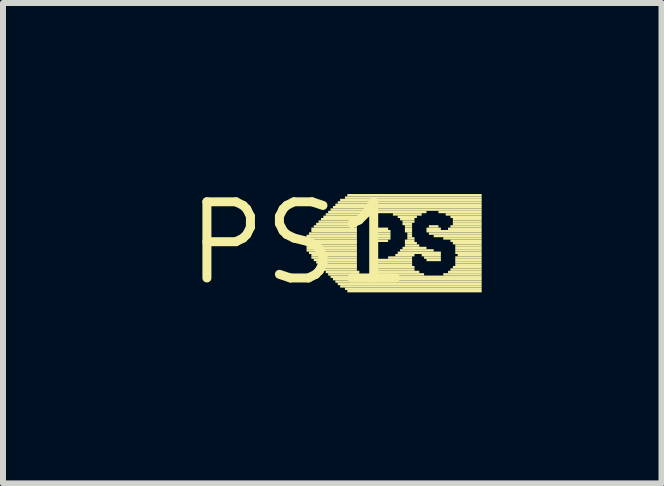
<source format=kicad_pcb>
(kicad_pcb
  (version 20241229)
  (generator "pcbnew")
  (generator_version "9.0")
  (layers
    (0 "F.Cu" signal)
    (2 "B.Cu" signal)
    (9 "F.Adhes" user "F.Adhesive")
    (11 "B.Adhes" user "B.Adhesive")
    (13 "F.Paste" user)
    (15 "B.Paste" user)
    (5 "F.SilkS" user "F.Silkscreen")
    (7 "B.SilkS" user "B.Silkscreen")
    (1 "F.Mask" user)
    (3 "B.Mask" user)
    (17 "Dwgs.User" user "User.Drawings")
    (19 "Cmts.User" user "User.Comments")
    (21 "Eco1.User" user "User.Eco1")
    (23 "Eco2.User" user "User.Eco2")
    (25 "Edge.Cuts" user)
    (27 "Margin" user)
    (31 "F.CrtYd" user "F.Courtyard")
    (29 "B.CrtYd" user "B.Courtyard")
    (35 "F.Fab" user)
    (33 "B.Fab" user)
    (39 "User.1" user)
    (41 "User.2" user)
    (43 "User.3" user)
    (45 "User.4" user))
  (footprint "PS1"
    (layer "F.Cu")
    (at 1.943 1.006)
    (property "Reference" "PS1" (at 0 0 0) (layer "F.SilkS") (effects (font (size 1.27 1.27) (thickness 0.15))))
    (fp_poly (pts (xy 0.12 -0.1) (xy 0.96 -0.1) (xy 0.96 -0.14) (xy 0.12 -0.14)) (stroke (width 0) (type solid)) (fill yes) (layer "F.SilkS"))
    (fp_poly (pts (xy 0.12 -0.06) (xy 0.96 -0.06) (xy 0.96 -0.1) (xy 0.12 -0.1)) (stroke (width 0) (type solid)) (fill yes) (layer "F.SilkS"))
    (fp_poly (pts (xy 0.12 -0.02) (xy 0.96 -0.02) (xy 0.96 -0.06) (xy 0.12 -0.06)) (stroke (width 0) (type solid)) (fill yes) (layer "F.SilkS"))
    (fp_poly (pts (xy 0.12 0.02) (xy 0.96 0.02) (xy 0.96 -0.02) (xy 0.12 -0.02)) (stroke (width 0) (type solid)) (fill yes) (layer "F.SilkS"))
    (fp_poly (pts (xy 0.12 0.06) (xy 0.96 0.06) (xy 0.96 0.02) (xy 0.12 0.02)) (stroke (width 0) (type solid)) (fill yes) (layer "F.SilkS"))
    (fp_poly (pts (xy 0.12 0.1) (xy 0.96 0.1) (xy 0.96 0.06) (xy 0.12 0.06)) (stroke (width 0) (type solid)) (fill yes) (layer "F.SilkS"))
    (fp_poly (pts (xy 0.12 0.14) (xy 0.96 0.14) (xy 0.96 0.1) (xy 0.12 0.1)) (stroke (width 0) (type solid)) (fill yes) (layer "F.SilkS"))
    (fp_poly (pts (xy 0.16 -0.14) (xy 0.96 -0.14) (xy 0.96 -0.18) (xy 0.16 -0.18)) (stroke (width 0) (type solid)) (fill yes) (layer "F.SilkS"))
    (fp_poly (pts (xy 0.16 0.18) (xy 0.96 0.18) (xy 0.96 0.14) (xy 0.16 0.14)) (stroke (width 0) (type solid)) (fill yes) (layer "F.SilkS"))
    (fp_poly (pts (xy 0.2 -0.22) (xy 0.96 -0.22) (xy 0.96 -0.26) (xy 0.2 -0.26)) (stroke (width 0) (type solid)) (fill yes) (layer "F.SilkS"))
    (fp_poly (pts (xy 0.2 -0.18) (xy 0.96 -0.18) (xy 0.96 -0.22) (xy 0.2 -0.22)) (stroke (width 0) (type solid)) (fill yes) (layer "F.SilkS"))
    (fp_poly (pts (xy 0.2 0.22) (xy 0.96 0.22) (xy 0.96 0.18) (xy 0.2 0.18)) (stroke (width 0) (type solid)) (fill yes) (layer "F.SilkS"))
    (fp_poly (pts (xy 0.2 0.26) (xy 0.96 0.26) (xy 0.96 0.22) (xy 0.2 0.22)) (stroke (width 0) (type solid)) (fill yes) (layer "F.SilkS"))
    (fp_poly (pts (xy 0.24 -0.26) (xy 0.96 -0.26) (xy 0.96 -0.3) (xy 0.24 -0.3)) (stroke (width 0) (type solid)) (fill yes) (layer "F.SilkS"))
    (fp_poly (pts (xy 0.24 0.3) (xy 0.96 0.3) (xy 0.96 0.26) (xy 0.24 0.26)) (stroke (width 0) (type solid)) (fill yes) (layer "F.SilkS"))
    (fp_poly (pts (xy 0.28 -0.3) (xy 0.96 -0.3) (xy 0.96 -0.34) (xy 0.28 -0.34)) (stroke (width 0) (type solid)) (fill yes) (layer "F.SilkS"))
    (fp_poly (pts (xy 0.28 0.34) (xy 0.96 0.34) (xy 0.96 0.3) (xy 0.28 0.3)) (stroke (width 0) (type solid)) (fill yes) (layer "F.SilkS"))
    (fp_poly (pts (xy 0.32 -0.34) (xy 0.96 -0.34) (xy 0.96 -0.38) (xy 0.32 -0.38)) (stroke (width 0) (type solid)) (fill yes) (layer "F.SilkS"))
    (fp_poly (pts (xy 0.32 0.38) (xy 0.96 0.38) (xy 0.96 0.34) (xy 0.32 0.34)) (stroke (width 0) (type solid)) (fill yes) (layer "F.SilkS"))
    (fp_poly (pts (xy 0.36 -0.38) (xy 0.96 -0.38) (xy 0.96 -0.42) (xy 0.36 -0.42)) (stroke (width 0) (type solid)) (fill yes) (layer "F.SilkS"))
    (fp_poly (pts (xy 0.36 0.42) (xy 0.96 0.42) (xy 0.96 0.38) (xy 0.36 0.38)) (stroke (width 0) (type solid)) (fill yes) (layer "F.SilkS"))
    (fp_poly (pts (xy 0.4 -0.42) (xy 0.96 -0.42) (xy 0.96 -0.46) (xy 0.4 -0.46)) (stroke (width 0) (type solid)) (fill yes) (layer "F.SilkS"))
    (fp_poly (pts (xy 0.4 0.46) (xy 0.96 0.46) (xy 0.96 0.42) (xy 0.4 0.42)) (stroke (width 0) (type solid)) (fill yes) (layer "F.SilkS"))
    (fp_poly (pts (xy 0.44 -0.46) (xy 1 -0.46) (xy 1 -0.5) (xy 0.44 -0.5)) (stroke (width 0) (type solid)) (fill yes) (layer "F.SilkS"))
    (fp_poly (pts (xy 0.44 0.5) (xy 1 0.5) (xy 1 0.46) (xy 0.44 0.46)) (stroke (width 0) (type solid)) (fill yes) (layer "F.SilkS"))
    (fp_poly (pts (xy 0.48 -0.5) (xy 2.12 -0.5) (xy 2.12 -0.54) (xy 0.48 -0.54)) (stroke (width 0) (type solid)) (fill yes) (layer "F.SilkS"))
    (fp_poly (pts (xy 0.48 0.54) (xy 1 0.54) (xy 1 0.5) (xy 0.48 0.5)) (stroke (width 0) (type solid)) (fill yes) (layer "F.SilkS"))
    (fp_poly (pts (xy 0.52 -0.54) (xy 3.04 -0.54) (xy 3.04 -0.58) (xy 0.52 -0.58)) (stroke (width 0) (type solid)) (fill yes) (layer "F.SilkS"))
    (fp_poly (pts (xy 0.52 0.58) (xy 3.04 0.58) (xy 3.04 0.54) (xy 0.52 0.54)) (stroke (width 0) (type solid)) (fill yes) (layer "F.SilkS"))
    (fp_poly (pts (xy 0.56 -0.58) (xy 3.04 -0.58) (xy 3.04 -0.62) (xy 0.56 -0.62)) (stroke (width 0) (type solid)) (fill yes) (layer "F.SilkS"))
    (fp_poly (pts (xy 0.56 0.62) (xy 3.04 0.62) (xy 3.04 0.58) (xy 0.56 0.58)) (stroke (width 0) (type solid)) (fill yes) (layer "F.SilkS"))
    (fp_poly (pts (xy 0.6 -0.62) (xy 3.04 -0.62) (xy 3.04 -0.66) (xy 0.6 -0.66)) (stroke (width 0) (type solid)) (fill yes) (layer "F.SilkS"))
    (fp_poly (pts (xy 0.6 0.66) (xy 3.04 0.66) (xy 3.04 0.62) (xy 0.6 0.62)) (stroke (width 0) (type solid)) (fill yes) (layer "F.SilkS"))
    (fp_poly (pts (xy 0.64 -0.66) (xy 3.04 -0.66) (xy 3.04 -0.7) (xy 0.64 -0.7)) (stroke (width 0) (type solid)) (fill yes) (layer "F.SilkS"))
    (fp_poly (pts (xy 0.64 0.7) (xy 3.04 0.7) (xy 3.04 0.66) (xy 0.64 0.66)) (stroke (width 0) (type solid)) (fill yes) (layer "F.SilkS"))
    (fp_poly (pts (xy 0.68 -0.7) (xy 3.04 -0.7) (xy 3.04 -0.74) (xy 0.68 -0.74)) (stroke (width 0) (type solid)) (fill yes) (layer "F.SilkS"))
    (fp_poly (pts (xy 0.68 0.74) (xy 3.04 0.74) (xy 3.04 0.7) (xy 0.68 0.7)) (stroke (width 0) (type solid)) (fill yes) (layer "F.SilkS"))
    (fp_poly (pts (xy 0.76 -0.74) (xy 3.04 -0.74) (xy 3.04 -0.78) (xy 0.76 -0.78)) (stroke (width 0) (type solid)) (fill yes) (layer "F.SilkS"))
    (fp_poly (pts (xy 0.76 0.78) (xy 3.04 0.78) (xy 3.04 0.74) (xy 0.76 0.74)) (stroke (width 0) (type solid)) (fill yes) (layer "F.SilkS"))
    (fp_poly (pts (xy 0.8 -0.78) (xy 3.04 -0.78) (xy 3.04 -0.82) (xy 0.8 -0.82)) (stroke (width 0) (type solid)) (fill yes) (layer "F.SilkS"))
    (fp_poly (pts (xy 0.8 0.82) (xy 3.04 0.82) (xy 3.04 0.78) (xy 0.8 0.78)) (stroke (width 0) (type solid)) (fill yes) (layer "F.SilkS"))
    (fp_poly (pts (xy 1.2 0.5) (xy 2 0.5) (xy 2 0.46) (xy 1.2 0.46)) (stroke (width 0) (type solid)) (fill yes) (layer "F.SilkS"))
    (fp_poly (pts (xy 1.2 0.54) (xy 2.08 0.54) (xy 2.08 0.5) (xy 1.2 0.5)) (stroke (width 0) (type solid)) (fill yes) (layer "F.SilkS"))
    (fp_poly (pts (xy 1.24 -0.22) (xy 1.48 -0.22) (xy 1.48 -0.26) (xy 1.24 -0.26)) (stroke (width 0) (type solid)) (fill yes) (layer "F.SilkS"))
    (fp_poly (pts (xy 1.24 -0.18) (xy 1.52 -0.18) (xy 1.52 -0.22) (xy 1.24 -0.22)) (stroke (width 0) (type solid)) (fill yes) (layer "F.SilkS"))
    (fp_poly (pts (xy 1.24 -0.14) (xy 1.52 -0.14) (xy 1.52 -0.18) (xy 1.24 -0.18)) (stroke (width 0) (type solid)) (fill yes) (layer "F.SilkS"))
    (fp_poly (pts (xy 1.24 -0.1) (xy 1.52 -0.1) (xy 1.52 -0.14) (xy 1.24 -0.14)) (stroke (width 0) (type solid)) (fill yes) (layer "F.SilkS"))
    (fp_poly (pts (xy 1.24 -0.06) (xy 1.52 -0.06) (xy 1.52 -0.1) (xy 1.24 -0.1)) (stroke (width 0) (type solid)) (fill yes) (layer "F.SilkS"))
    (fp_poly (pts (xy 1.24 -0.02) (xy 1.48 -0.02) (xy 1.48 -0.06) (xy 1.24 -0.06)) (stroke (width 0) (type solid)) (fill yes) (layer "F.SilkS"))
    (fp_poly (pts (xy 1.24 0.3) (xy 1.88 0.3) (xy 1.88 0.26) (xy 1.24 0.26)) (stroke (width 0) (type solid)) (fill yes) (layer "F.SilkS"))
    (fp_poly (pts (xy 1.24 0.34) (xy 1.88 0.34) (xy 1.88 0.3) (xy 1.24 0.3)) (stroke (width 0) (type solid)) (fill yes) (layer "F.SilkS"))
    (fp_poly (pts (xy 1.24 0.38) (xy 1.88 0.38) (xy 1.88 0.34) (xy 1.24 0.34)) (stroke (width 0) (type solid)) (fill yes) (layer "F.SilkS"))
    (fp_poly (pts (xy 1.24 0.42) (xy 1.92 0.42) (xy 1.92 0.38) (xy 1.24 0.38)) (stroke (width 0) (type solid)) (fill yes) (layer "F.SilkS"))
    (fp_poly (pts (xy 1.24 0.46) (xy 1.92 0.46) (xy 1.92 0.42) (xy 1.24 0.42)) (stroke (width 0) (type solid)) (fill yes) (layer "F.SilkS"))
    (fp_poly (pts (xy 1.48 0.26) (xy 1.88 0.26) (xy 1.88 0.22) (xy 1.48 0.22)) (stroke (width 0) (type solid)) (fill yes) (layer "F.SilkS"))
    (fp_poly (pts (xy 1.56 -0.46) (xy 2.04 -0.46) (xy 2.04 -0.5) (xy 1.56 -0.5)) (stroke (width 0) (type solid)) (fill yes) (layer "F.SilkS"))
    (fp_poly (pts (xy 1.6 0.22) (xy 1.92 0.22) (xy 1.92 0.18) (xy 1.6 0.18)) (stroke (width 0) (type solid)) (fill yes) (layer "F.SilkS"))
    (fp_poly (pts (xy 1.64 -0.42) (xy 1.96 -0.42) (xy 1.96 -0.46) (xy 1.64 -0.46)) (stroke (width 0) (type solid)) (fill yes) (layer "F.SilkS"))
    (fp_poly (pts (xy 1.64 0.18) (xy 2.36 0.18) (xy 2.36 0.14) (xy 1.64 0.14)) (stroke (width 0) (type solid)) (fill yes) (layer "F.SilkS"))
    (fp_poly (pts (xy 1.68 -0.38) (xy 1.92 -0.38) (xy 1.92 -0.42) (xy 1.68 -0.42)) (stroke (width 0) (type solid)) (fill yes) (layer "F.SilkS"))
    (fp_poly (pts (xy 1.68 0.14) (xy 2.24 0.14) (xy 2.24 0.1) (xy 1.68 0.1)) (stroke (width 0) (type solid)) (fill yes) (layer "F.SilkS"))
    (fp_poly (pts (xy 1.72 -0.34) (xy 1.92 -0.34) (xy 1.92 -0.38) (xy 1.72 -0.38)) (stroke (width 0) (type solid)) (fill yes) (layer "F.SilkS"))
    (fp_poly (pts (xy 1.72 -0.3) (xy 1.88 -0.3) (xy 1.88 -0.34) (xy 1.72 -0.34)) (stroke (width 0) (type solid)) (fill yes) (layer "F.SilkS"))
    (fp_poly (pts (xy 1.72 0.1) (xy 2.12 0.1) (xy 2.12 0.06) (xy 1.72 0.06)) (stroke (width 0) (type solid)) (fill yes) (layer "F.SilkS"))
    (fp_poly (pts (xy 1.76 -0.26) (xy 1.88 -0.26) (xy 1.88 -0.3) (xy 1.76 -0.3)) (stroke (width 0) (type solid)) (fill yes) (layer "F.SilkS"))
    (fp_poly (pts (xy 1.76 -0.22) (xy 1.88 -0.22) (xy 1.88 -0.26) (xy 1.76 -0.26)) (stroke (width 0) (type solid)) (fill yes) (layer "F.SilkS"))
    (fp_poly (pts (xy 1.76 -0.18) (xy 1.88 -0.18) (xy 1.88 -0.22) (xy 1.76 -0.22)) (stroke (width 0) (type solid)) (fill yes) (layer "F.SilkS"))
    (fp_poly (pts (xy 1.76 -0.02) (xy 1.92 -0.02) (xy 1.92 -0.06) (xy 1.76 -0.06)) (stroke (width 0) (type solid)) (fill yes) (layer "F.SilkS"))
    (fp_poly (pts (xy 1.76 0.02) (xy 1.96 0.02) (xy 1.96 -0.02) (xy 1.76 -0.02)) (stroke (width 0) (type solid)) (fill yes) (layer "F.SilkS"))
    (fp_poly (pts (xy 1.76 0.06) (xy 2 0.06) (xy 2 0.02) (xy 1.76 0.02)) (stroke (width 0) (type solid)) (fill yes) (layer "F.SilkS"))
    (fp_poly (pts (xy 1.8 -0.14) (xy 1.88 -0.14) (xy 1.88 -0.18) (xy 1.8 -0.18)) (stroke (width 0) (type solid)) (fill yes) (layer "F.SilkS"))
    (fp_poly (pts (xy 1.8 -0.1) (xy 1.88 -0.1) (xy 1.88 -0.14) (xy 1.8 -0.14)) (stroke (width 0) (type solid)) (fill yes) (layer "F.SilkS"))
    (fp_poly (pts (xy 1.8 -0.06) (xy 1.92 -0.06) (xy 1.92 -0.1) (xy 1.8 -0.1)) (stroke (width 0) (type solid)) (fill yes) (layer "F.SilkS"))
    (fp_poly (pts (xy 2.04 0.22) (xy 2.36 0.22) (xy 2.36 0.18) (xy 2.04 0.18)) (stroke (width 0) (type solid)) (fill yes) (layer "F.SilkS"))
    (fp_poly (pts (xy 2.08 0.26) (xy 2.36 0.26) (xy 2.36 0.22) (xy 2.08 0.22)) (stroke (width 0) (type solid)) (fill yes) (layer "F.SilkS"))
    (fp_poly (pts (xy 2.12 -0.22) (xy 2.36 -0.22) (xy 2.36 -0.26) (xy 2.12 -0.26)) (stroke (width 0) (type solid)) (fill yes) (layer "F.SilkS"))
    (fp_poly (pts (xy 2.12 -0.18) (xy 3.04 -0.18) (xy 3.04 -0.22) (xy 2.12 -0.22)) (stroke (width 0) (type solid)) (fill yes) (layer "F.SilkS"))
    (fp_poly (pts (xy 2.12 0.3) (xy 2.36 0.3) (xy 2.36 0.26) (xy 2.12 0.26)) (stroke (width 0) (type solid)) (fill yes) (layer "F.SilkS"))
    (fp_poly (pts (xy 2.16 -0.26) (xy 2.32 -0.26) (xy 2.32 -0.3) (xy 2.16 -0.3)) (stroke (width 0) (type solid)) (fill yes) (layer "F.SilkS"))
    (fp_poly (pts (xy 2.16 -0.14) (xy 3.04 -0.14) (xy 3.04 -0.18) (xy 2.16 -0.18)) (stroke (width 0) (type solid)) (fill yes) (layer "F.SilkS"))
    (fp_poly (pts (xy 2.24 -0.1) (xy 3.04 -0.1) (xy 3.04 -0.14) (xy 2.24 -0.14)) (stroke (width 0) (type solid)) (fill yes) (layer "F.SilkS"))
    (fp_poly (pts (xy 2.32 -0.5) (xy 3.04 -0.5) (xy 3.04 -0.54) (xy 2.32 -0.54)) (stroke (width 0) (type solid)) (fill yes) (layer "F.SilkS"))
    (fp_poly (pts (xy 2.4 -0.06) (xy 3.04 -0.06) (xy 3.04 -0.1) (xy 2.4 -0.1)) (stroke (width 0) (type solid)) (fill yes) (layer "F.SilkS"))
    (fp_poly (pts (xy 2.4 0.54) (xy 3.04 0.54) (xy 3.04 0.5) (xy 2.4 0.5)) (stroke (width 0) (type solid)) (fill yes) (layer "F.SilkS"))
    (fp_poly (pts (xy 2.44 -0.46) (xy 3.04 -0.46) (xy 3.04 -0.5) (xy 2.44 -0.5)) (stroke (width 0) (type solid)) (fill yes) (layer "F.SilkS"))
    (fp_poly (pts (xy 2.48 -0.22) (xy 3.04 -0.22) (xy 3.04 -0.26) (xy 2.48 -0.26)) (stroke (width 0) (type solid)) (fill yes) (layer "F.SilkS"))
    (fp_poly (pts (xy 2.48 0.5) (xy 3.04 0.5) (xy 3.04 0.46) (xy 2.48 0.46)) (stroke (width 0) (type solid)) (fill yes) (layer "F.SilkS"))
    (fp_poly (pts (xy 2.52 -0.42) (xy 3.04 -0.42) (xy 3.04 -0.46) (xy 2.52 -0.46)) (stroke (width 0) (type solid)) (fill yes) (layer "F.SilkS"))
    (fp_poly (pts (xy 2.52 -0.26) (xy 3.04 -0.26) (xy 3.04 -0.3) (xy 2.52 -0.3)) (stroke (width 0) (type solid)) (fill yes) (layer "F.SilkS"))
    (fp_poly (pts (xy 2.52 -0.02) (xy 3.04 -0.02) (xy 3.04 -0.06) (xy 2.52 -0.06)) (stroke (width 0) (type solid)) (fill yes) (layer "F.SilkS"))
    (fp_poly (pts (xy 2.52 0.46) (xy 3.04 0.46) (xy 3.04 0.42) (xy 2.52 0.42)) (stroke (width 0) (type solid)) (fill yes) (layer "F.SilkS"))
    (fp_poly (pts (xy 2.56 -0.38) (xy 3.04 -0.38) (xy 3.04 -0.42) (xy 2.56 -0.42)) (stroke (width 0) (type solid)) (fill yes) (layer "F.SilkS"))
    (fp_poly (pts (xy 2.56 -0.34) (xy 3.04 -0.34) (xy 3.04 -0.38) (xy 2.56 -0.38)) (stroke (width 0) (type solid)) (fill yes) (layer "F.SilkS"))
    (fp_poly (pts (xy 2.56 -0.3) (xy 3.04 -0.3) (xy 3.04 -0.34) (xy 2.56 -0.34)) (stroke (width 0) (type solid)) (fill yes) (layer "F.SilkS"))
    (fp_poly (pts (xy 2.56 0.02) (xy 3.04 0.02) (xy 3.04 -0.02) (xy 2.56 -0.02)) (stroke (width 0) (type solid)) (fill yes) (layer "F.SilkS"))
    (fp_poly (pts (xy 2.56 0.42) (xy 3.04 0.42) (xy 3.04 0.38) (xy 2.56 0.38)) (stroke (width 0) (type solid)) (fill yes) (layer "F.SilkS"))
    (fp_poly (pts (xy 2.6 0.06) (xy 3.04 0.06) (xy 3.04 0.02) (xy 2.6 0.02)) (stroke (width 0) (type solid)) (fill yes) (layer "F.SilkS"))
    (fp_poly (pts (xy 2.6 0.1) (xy 3.04 0.1) (xy 3.04 0.06) (xy 2.6 0.06)) (stroke (width 0) (type solid)) (fill yes) (layer "F.SilkS"))
    (fp_poly (pts (xy 2.6 0.14) (xy 3.04 0.14) (xy 3.04 0.1) (xy 2.6 0.1)) (stroke (width 0) (type solid)) (fill yes) (layer "F.SilkS"))
    (fp_poly (pts (xy 2.6 0.18) (xy 3.04 0.18) (xy 3.04 0.14) (xy 2.6 0.14)) (stroke (width 0) (type solid)) (fill yes) (layer "F.SilkS"))
    (fp_poly (pts (xy 2.6 0.26) (xy 3.04 0.26) (xy 3.04 0.22) (xy 2.6 0.22)) (stroke (width 0) (type solid)) (fill yes) (layer "F.SilkS"))
    (fp_poly (pts (xy 2.6 0.3) (xy 3.04 0.3) (xy 3.04 0.26) (xy 2.6 0.26)) (stroke (width 0) (type solid)) (fill yes) (layer "F.SilkS"))
    (fp_poly (pts (xy 2.6 0.34) (xy 3.04 0.34) (xy 3.04 0.3) (xy 2.6 0.3)) (stroke (width 0) (type solid)) (fill yes) (layer "F.SilkS"))
    (fp_poly (pts (xy 2.6 0.38) (xy 3.04 0.38) (xy 3.04 0.34) (xy 2.6 0.34)) (stroke (width 0) (type solid)) (fill yes) (layer "F.SilkS"))
    (fp_poly (pts (xy 2.64 0.22) (xy 3.04 0.22) (xy 3.04 0.18) (xy 2.64 0.18)) (stroke (width 0) (type solid)) (fill yes) (layer "F.SilkS")))
  (gr_rect
    (start -3 -3)
    (end 7.983 5.012)
    (stroke (width 0.1) (type default))
    (fill no)
    (layer "Edge.Cuts")))
</source>
